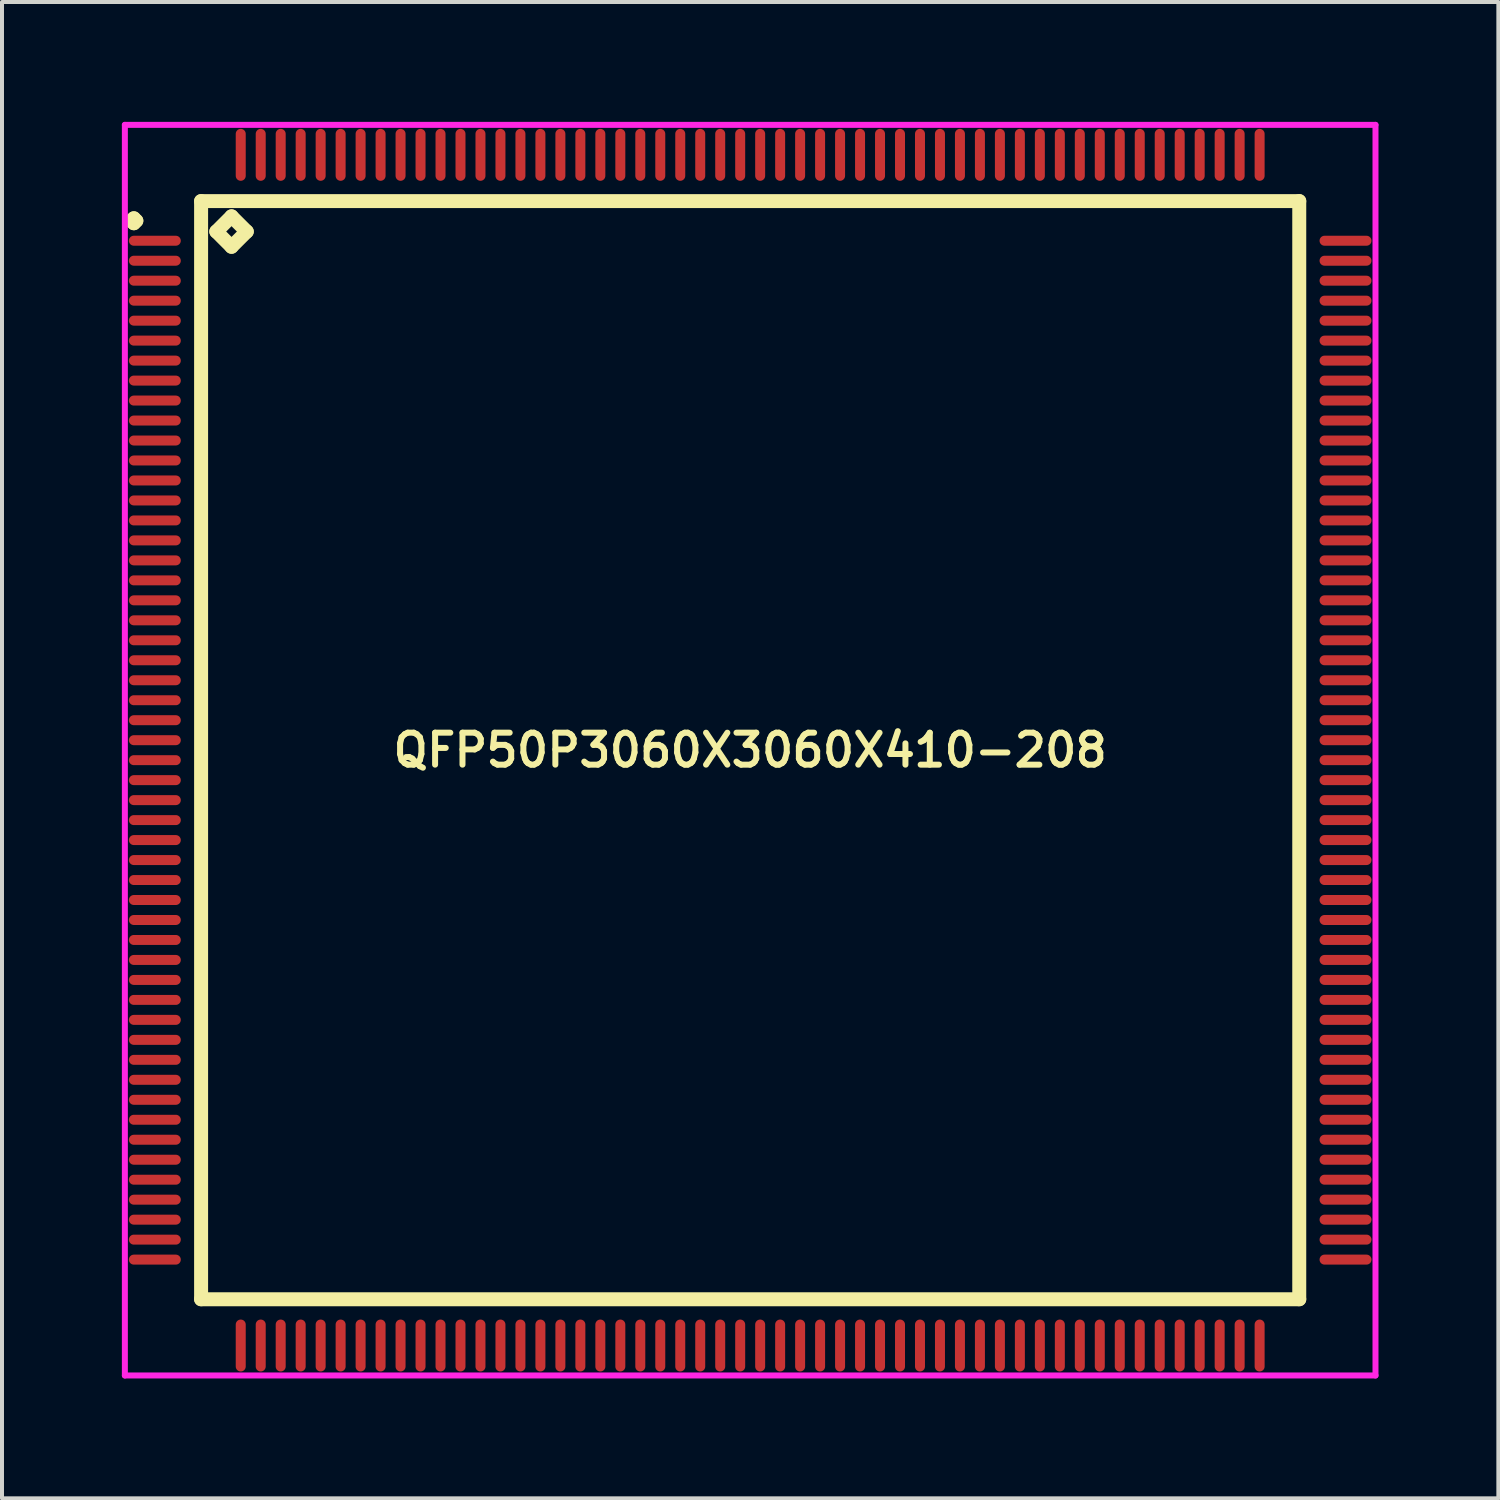
<source format=kicad_pcb>
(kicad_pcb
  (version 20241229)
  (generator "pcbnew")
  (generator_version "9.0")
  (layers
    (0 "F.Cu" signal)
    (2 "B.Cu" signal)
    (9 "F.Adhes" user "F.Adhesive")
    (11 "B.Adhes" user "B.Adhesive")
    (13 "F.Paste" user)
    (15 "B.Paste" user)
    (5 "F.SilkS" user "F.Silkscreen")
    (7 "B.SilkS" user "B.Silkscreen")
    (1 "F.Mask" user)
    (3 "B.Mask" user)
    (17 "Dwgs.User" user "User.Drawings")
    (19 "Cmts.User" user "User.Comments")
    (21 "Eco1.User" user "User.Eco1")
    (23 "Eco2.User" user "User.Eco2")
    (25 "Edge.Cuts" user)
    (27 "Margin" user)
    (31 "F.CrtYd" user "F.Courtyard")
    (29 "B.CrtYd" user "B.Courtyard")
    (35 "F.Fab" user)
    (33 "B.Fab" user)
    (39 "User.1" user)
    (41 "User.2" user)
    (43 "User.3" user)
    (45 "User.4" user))
  (footprint "QFP50P3060X3060X410-208"
    (layer "F.Cu")
    (at 15.725 15.725)
    (property "Reference" "QFP50P3060X3060X410-208" (at 0 0 0) (layer "F.SilkS") (effects (font (size 0.8 0.8) (thickness 0.15))))
    (attr through_hole)
    (fp_line (start -15.488 -13.25) (end -15.425 -13.312) (stroke (width 0.35) (type solid)) (layer "F.SilkS"))
    (fp_line (start -15.425 -13.312) (end -15.363 -13.25) (stroke (width 0.35) (type solid)) (layer "F.SilkS"))
    (fp_line (start -15.425 -13.188) (end -15.488 -13.25) (stroke (width 0.35) (type solid)) (layer "F.SilkS"))
    (fp_line (start -15.363 -13.25) (end -15.425 -13.188) (stroke (width 0.35) (type solid)) (layer "F.SilkS"))
    (fp_line (start -13.742 -13.742) (end -13.742 13.742) (stroke (width 0.35) (type solid)) (layer "F.SilkS"))
    (fp_line (start -13.742 13.742) (end 13.742 13.742) (stroke (width 0.35) (type solid)) (layer "F.SilkS"))
    (fp_line (start -13.361 -12.98) (end -12.98 -13.361) (stroke (width 0.35) (type solid)) (layer "F.SilkS"))
    (fp_line (start -12.98 -13.361) (end -12.599 -12.98) (stroke (width 0.35) (type solid)) (layer "F.SilkS"))
    (fp_line (start -12.98 -12.599) (end -13.361 -12.98) (stroke (width 0.35) (type solid)) (layer "F.SilkS"))
    (fp_line (start -12.599 -12.98) (end -12.98 -12.599) (stroke (width 0.35) (type solid)) (layer "F.SilkS"))
    (fp_line (start 13.742 -13.742) (end -13.742 -13.742) (stroke (width 0.35) (type solid)) (layer "F.SilkS"))
    (fp_line (start 13.742 13.742) (end 13.742 -13.742) (stroke (width 0.35) (type solid)) (layer "F.SilkS"))
    (fp_line (start -15.65 -15.65) (end 15.65 -15.65) (stroke (width 0.15) (type solid)) (layer "F.CrtYd"))
    (fp_line (start -15.65 15.65) (end -15.65 -15.65) (stroke (width 0.15) (type solid)) (layer "F.CrtYd"))
    (fp_line (start 15.65 -15.65) (end 15.65 15.65) (stroke (width 0.15) (type solid)) (layer "F.CrtYd"))
    (fp_line (start 15.65 15.65) (end -15.65 15.65) (stroke (width 0.15) (type solid)) (layer "F.CrtYd"))
    (pad "1" smd oval (at -14.9 -12.75) (size 1.3 0.25) (layers "F.Cu" "F.Mask" "F.Paste"))
    (pad "2" smd oval (at -14.9 -12.25) (size 1.3 0.25) (layers "F.Cu" "F.Mask" "F.Paste"))
    (pad "3" smd oval (at -14.9 -11.75) (size 1.3 0.25) (layers "F.Cu" "F.Mask" "F.Paste"))
    (pad "4" smd oval (at -14.9 -11.25) (size 1.3 0.25) (layers "F.Cu" "F.Mask" "F.Paste"))
    (pad "5" smd oval (at -14.9 -10.75) (size 1.3 0.25) (layers "F.Cu" "F.Mask" "F.Paste"))
    (pad "6" smd oval (at -14.9 -10.25) (size 1.3 0.25) (layers "F.Cu" "F.Mask" "F.Paste"))
    (pad "7" smd oval (at -14.9 -9.75) (size 1.3 0.25) (layers "F.Cu" "F.Mask" "F.Paste"))
    (pad "8" smd oval (at -14.9 -9.25) (size 1.3 0.25) (layers "F.Cu" "F.Mask" "F.Paste"))
    (pad "9" smd oval (at -14.9 -8.75) (size 1.3 0.25) (layers "F.Cu" "F.Mask" "F.Paste"))
    (pad "10" smd oval (at -14.9 -8.25) (size 1.3 0.25) (layers "F.Cu" "F.Mask" "F.Paste"))
    (pad "11" smd oval (at -14.9 -7.75) (size 1.3 0.25) (layers "F.Cu" "F.Mask" "F.Paste"))
    (pad "12" smd oval (at -14.9 -7.25) (size 1.3 0.25) (layers "F.Cu" "F.Mask" "F.Paste"))
    (pad "13" smd oval (at -14.9 -6.75) (size 1.3 0.25) (layers "F.Cu" "F.Mask" "F.Paste"))
    (pad "14" smd oval (at -14.9 -6.25) (size 1.3 0.25) (layers "F.Cu" "F.Mask" "F.Paste"))
    (pad "15" smd oval (at -14.9 -5.75) (size 1.3 0.25) (layers "F.Cu" "F.Mask" "F.Paste"))
    (pad "16" smd oval (at -14.9 -5.25) (size 1.3 0.25) (layers "F.Cu" "F.Mask" "F.Paste"))
    (pad "17" smd oval (at -14.9 -4.75) (size 1.3 0.25) (layers "F.Cu" "F.Mask" "F.Paste"))
    (pad "18" smd oval (at -14.9 -4.25) (size 1.3 0.25) (layers "F.Cu" "F.Mask" "F.Paste"))
    (pad "19" smd oval (at -14.9 -3.75) (size 1.3 0.25) (layers "F.Cu" "F.Mask" "F.Paste"))
    (pad "20" smd oval (at -14.9 -3.25) (size 1.3 0.25) (layers "F.Cu" "F.Mask" "F.Paste"))
    (pad "21" smd oval (at -14.9 -2.75) (size 1.3 0.25) (layers "F.Cu" "F.Mask" "F.Paste"))
    (pad "22" smd oval (at -14.9 -2.25) (size 1.3 0.25) (layers "F.Cu" "F.Mask" "F.Paste"))
    (pad "23" smd oval (at -14.9 -1.75) (size 1.3 0.25) (layers "F.Cu" "F.Mask" "F.Paste"))
    (pad "24" smd oval (at -14.9 -1.25) (size 1.3 0.25) (layers "F.Cu" "F.Mask" "F.Paste"))
    (pad "25" smd oval (at -14.9 -0.75) (size 1.3 0.25) (layers "F.Cu" "F.Mask" "F.Paste"))
    (pad "26" smd oval (at -14.9 -0.25) (size 1.3 0.25) (layers "F.Cu" "F.Mask" "F.Paste"))
    (pad "27" smd oval (at -14.9 0.25) (size 1.3 0.25) (layers "F.Cu" "F.Mask" "F.Paste"))
    (pad "28" smd oval (at -14.9 0.75) (size 1.3 0.25) (layers "F.Cu" "F.Mask" "F.Paste"))
    (pad "29" smd oval (at -14.9 1.25) (size 1.3 0.25) (layers "F.Cu" "F.Mask" "F.Paste"))
    (pad "30" smd oval (at -14.9 1.75) (size 1.3 0.25) (layers "F.Cu" "F.Mask" "F.Paste"))
    (pad "31" smd oval (at -14.9 2.25) (size 1.3 0.25) (layers "F.Cu" "F.Mask" "F.Paste"))
    (pad "32" smd oval (at -14.9 2.75) (size 1.3 0.25) (layers "F.Cu" "F.Mask" "F.Paste"))
    (pad "33" smd oval (at -14.9 3.25) (size 1.3 0.25) (layers "F.Cu" "F.Mask" "F.Paste"))
    (pad "34" smd oval (at -14.9 3.75) (size 1.3 0.25) (layers "F.Cu" "F.Mask" "F.Paste"))
    (pad "35" smd oval (at -14.9 4.25) (size 1.3 0.25) (layers "F.Cu" "F.Mask" "F.Paste"))
    (pad "36" smd oval (at -14.9 4.75) (size 1.3 0.25) (layers "F.Cu" "F.Mask" "F.Paste"))
    (pad "37" smd oval (at -14.9 5.25) (size 1.3 0.25) (layers "F.Cu" "F.Mask" "F.Paste"))
    (pad "38" smd oval (at -14.9 5.75) (size 1.3 0.25) (layers "F.Cu" "F.Mask" "F.Paste"))
    (pad "39" smd oval (at -14.9 6.25) (size 1.3 0.25) (layers "F.Cu" "F.Mask" "F.Paste"))
    (pad "40" smd oval (at -14.9 6.75) (size 1.3 0.25) (layers "F.Cu" "F.Mask" "F.Paste"))
    (pad "41" smd oval (at -14.9 7.25) (size 1.3 0.25) (layers "F.Cu" "F.Mask" "F.Paste"))
    (pad "42" smd oval (at -14.9 7.75) (size 1.3 0.25) (layers "F.Cu" "F.Mask" "F.Paste"))
    (pad "43" smd oval (at -14.9 8.25) (size 1.3 0.25) (layers "F.Cu" "F.Mask" "F.Paste"))
    (pad "44" smd oval (at -14.9 8.75) (size 1.3 0.25) (layers "F.Cu" "F.Mask" "F.Paste"))
    (pad "45" smd oval (at -14.9 9.25) (size 1.3 0.25) (layers "F.Cu" "F.Mask" "F.Paste"))
    (pad "46" smd oval (at -14.9 9.75) (size 1.3 0.25) (layers "F.Cu" "F.Mask" "F.Paste"))
    (pad "47" smd oval (at -14.9 10.25) (size 1.3 0.25) (layers "F.Cu" "F.Mask" "F.Paste"))
    (pad "48" smd oval (at -14.9 10.75) (size 1.3 0.25) (layers "F.Cu" "F.Mask" "F.Paste"))
    (pad "49" smd oval (at -14.9 11.25) (size 1.3 0.25) (layers "F.Cu" "F.Mask" "F.Paste"))
    (pad "50" smd oval (at -14.9 11.75) (size 1.3 0.25) (layers "F.Cu" "F.Mask" "F.Paste"))
    (pad "51" smd oval (at -14.9 12.25) (size 1.3 0.25) (layers "F.Cu" "F.Mask" "F.Paste"))
    (pad "52" smd oval (at -14.9 12.75) (size 1.3 0.25) (layers "F.Cu" "F.Mask" "F.Paste"))
    (pad "53" smd oval (at -12.75 14.9) (size 0.25 1.3) (layers "F.Cu" "F.Mask" "F.Paste"))
    (pad "54" smd oval (at -12.25 14.9) (size 0.25 1.3) (layers "F.Cu" "F.Mask" "F.Paste"))
    (pad "55" smd oval (at -11.75 14.9) (size 0.25 1.3) (layers "F.Cu" "F.Mask" "F.Paste"))
    (pad "56" smd oval (at -11.25 14.9) (size 0.25 1.3) (layers "F.Cu" "F.Mask" "F.Paste"))
    (pad "57" smd oval (at -10.75 14.9) (size 0.25 1.3) (layers "F.Cu" "F.Mask" "F.Paste"))
    (pad "58" smd oval (at -10.25 14.9) (size 0.25 1.3) (layers "F.Cu" "F.Mask" "F.Paste"))
    (pad "59" smd oval (at -9.75 14.9) (size 0.25 1.3) (layers "F.Cu" "F.Mask" "F.Paste"))
    (pad "60" smd oval (at -9.25 14.9) (size 0.25 1.3) (layers "F.Cu" "F.Mask" "F.Paste"))
    (pad "61" smd oval (at -8.75 14.9) (size 0.25 1.3) (layers "F.Cu" "F.Mask" "F.Paste"))
    (pad "62" smd oval (at -8.25 14.9) (size 0.25 1.3) (layers "F.Cu" "F.Mask" "F.Paste"))
    (pad "63" smd oval (at -7.75 14.9) (size 0.25 1.3) (layers "F.Cu" "F.Mask" "F.Paste"))
    (pad "64" smd oval (at -7.25 14.9) (size 0.25 1.3) (layers "F.Cu" "F.Mask" "F.Paste"))
    (pad "65" smd oval (at -6.75 14.9) (size 0.25 1.3) (layers "F.Cu" "F.Mask" "F.Paste"))
    (pad "66" smd oval (at -6.25 14.9) (size 0.25 1.3) (layers "F.Cu" "F.Mask" "F.Paste"))
    (pad "67" smd oval (at -5.75 14.9) (size 0.25 1.3) (layers "F.Cu" "F.Mask" "F.Paste"))
    (pad "68" smd oval (at -5.25 14.9) (size 0.25 1.3) (layers "F.Cu" "F.Mask" "F.Paste"))
    (pad "69" smd oval (at -4.75 14.9) (size 0.25 1.3) (layers "F.Cu" "F.Mask" "F.Paste"))
    (pad "70" smd oval (at -4.25 14.9) (size 0.25 1.3) (layers "F.Cu" "F.Mask" "F.Paste"))
    (pad "71" smd oval (at -3.75 14.9) (size 0.25 1.3) (layers "F.Cu" "F.Mask" "F.Paste"))
    (pad "72" smd oval (at -3.25 14.9) (size 0.25 1.3) (layers "F.Cu" "F.Mask" "F.Paste"))
    (pad "73" smd oval (at -2.75 14.9) (size 0.25 1.3) (layers "F.Cu" "F.Mask" "F.Paste"))
    (pad "74" smd oval (at -2.25 14.9) (size 0.25 1.3) (layers "F.Cu" "F.Mask" "F.Paste"))
    (pad "75" smd oval (at -1.75 14.9) (size 0.25 1.3) (layers "F.Cu" "F.Mask" "F.Paste"))
    (pad "76" smd oval (at -1.25 14.9) (size 0.25 1.3) (layers "F.Cu" "F.Mask" "F.Paste"))
    (pad "77" smd oval (at -0.75 14.9) (size 0.25 1.3) (layers "F.Cu" "F.Mask" "F.Paste"))
    (pad "78" smd oval (at -0.25 14.9) (size 0.25 1.3) (layers "F.Cu" "F.Mask" "F.Paste"))
    (pad "79" smd oval (at 0.25 14.9) (size 0.25 1.3) (layers "F.Cu" "F.Mask" "F.Paste"))
    (pad "80" smd oval (at 0.75 14.9) (size 0.25 1.3) (layers "F.Cu" "F.Mask" "F.Paste"))
    (pad "81" smd oval (at 1.25 14.9) (size 0.25 1.3) (layers "F.Cu" "F.Mask" "F.Paste"))
    (pad "82" smd oval (at 1.75 14.9) (size 0.25 1.3) (layers "F.Cu" "F.Mask" "F.Paste"))
    (pad "83" smd oval (at 2.25 14.9) (size 0.25 1.3) (layers "F.Cu" "F.Mask" "F.Paste"))
    (pad "84" smd oval (at 2.75 14.9) (size 0.25 1.3) (layers "F.Cu" "F.Mask" "F.Paste"))
    (pad "85" smd oval (at 3.25 14.9) (size 0.25 1.3) (layers "F.Cu" "F.Mask" "F.Paste"))
    (pad "86" smd oval (at 3.75 14.9) (size 0.25 1.3) (layers "F.Cu" "F.Mask" "F.Paste"))
    (pad "87" smd oval (at 4.25 14.9) (size 0.25 1.3) (layers "F.Cu" "F.Mask" "F.Paste"))
    (pad "88" smd oval (at 4.75 14.9) (size 0.25 1.3) (layers "F.Cu" "F.Mask" "F.Paste"))
    (pad "89" smd oval (at 5.25 14.9) (size 0.25 1.3) (layers "F.Cu" "F.Mask" "F.Paste"))
    (pad "90" smd oval (at 5.75 14.9) (size 0.25 1.3) (layers "F.Cu" "F.Mask" "F.Paste"))
    (pad "91" smd oval (at 6.25 14.9) (size 0.25 1.3) (layers "F.Cu" "F.Mask" "F.Paste"))
    (pad "92" smd oval (at 6.75 14.9) (size 0.25 1.3) (layers "F.Cu" "F.Mask" "F.Paste"))
    (pad "93" smd oval (at 7.25 14.9) (size 0.25 1.3) (layers "F.Cu" "F.Mask" "F.Paste"))
    (pad "94" smd oval (at 7.75 14.9) (size 0.25 1.3) (layers "F.Cu" "F.Mask" "F.Paste"))
    (pad "95" smd oval (at 8.25 14.9) (size 0.25 1.3) (layers "F.Cu" "F.Mask" "F.Paste"))
    (pad "96" smd oval (at 8.75 14.9) (size 0.25 1.3) (layers "F.Cu" "F.Mask" "F.Paste"))
    (pad "97" smd oval (at 9.25 14.9) (size 0.25 1.3) (layers "F.Cu" "F.Mask" "F.Paste"))
    (pad "98" smd oval (at 9.75 14.9) (size 0.25 1.3) (layers "F.Cu" "F.Mask" "F.Paste"))
    (pad "99" smd oval (at 10.25 14.9) (size 0.25 1.3) (layers "F.Cu" "F.Mask" "F.Paste"))
    (pad "100" smd oval (at 10.75 14.9) (size 0.25 1.3) (layers "F.Cu" "F.Mask" "F.Paste"))
    (pad "101" smd oval (at 11.25 14.9) (size 0.25 1.3) (layers "F.Cu" "F.Mask" "F.Paste"))
    (pad "102" smd oval (at 11.75 14.9) (size 0.25 1.3) (layers "F.Cu" "F.Mask" "F.Paste"))
    (pad "103" smd oval (at 12.25 14.9) (size 0.25 1.3) (layers "F.Cu" "F.Mask" "F.Paste"))
    (pad "104" smd oval (at 12.75 14.9) (size 0.25 1.3) (layers "F.Cu" "F.Mask" "F.Paste"))
    (pad "105" smd oval (at 14.9 12.75) (size 1.3 0.25) (layers "F.Cu" "F.Mask" "F.Paste"))
    (pad "106" smd oval (at 14.9 12.25) (size 1.3 0.25) (layers "F.Cu" "F.Mask" "F.Paste"))
    (pad "107" smd oval (at 14.9 11.75) (size 1.3 0.25) (layers "F.Cu" "F.Mask" "F.Paste"))
    (pad "108" smd oval (at 14.9 11.25) (size 1.3 0.25) (layers "F.Cu" "F.Mask" "F.Paste"))
    (pad "109" smd oval (at 14.9 10.75) (size 1.3 0.25) (layers "F.Cu" "F.Mask" "F.Paste"))
    (pad "110" smd oval (at 14.9 10.25) (size 1.3 0.25) (layers "F.Cu" "F.Mask" "F.Paste"))
    (pad "111" smd oval (at 14.9 9.75) (size 1.3 0.25) (layers "F.Cu" "F.Mask" "F.Paste"))
    (pad "112" smd oval (at 14.9 9.25) (size 1.3 0.25) (layers "F.Cu" "F.Mask" "F.Paste"))
    (pad "113" smd oval (at 14.9 8.75) (size 1.3 0.25) (layers "F.Cu" "F.Mask" "F.Paste"))
    (pad "114" smd oval (at 14.9 8.25) (size 1.3 0.25) (layers "F.Cu" "F.Mask" "F.Paste"))
    (pad "115" smd oval (at 14.9 7.75) (size 1.3 0.25) (layers "F.Cu" "F.Mask" "F.Paste"))
    (pad "116" smd oval (at 14.9 7.25) (size 1.3 0.25) (layers "F.Cu" "F.Mask" "F.Paste"))
    (pad "117" smd oval (at 14.9 6.75) (size 1.3 0.25) (layers "F.Cu" "F.Mask" "F.Paste"))
    (pad "118" smd oval (at 14.9 6.25) (size 1.3 0.25) (layers "F.Cu" "F.Mask" "F.Paste"))
    (pad "119" smd oval (at 14.9 5.75) (size 1.3 0.25) (layers "F.Cu" "F.Mask" "F.Paste"))
    (pad "120" smd oval (at 14.9 5.25) (size 1.3 0.25) (layers "F.Cu" "F.Mask" "F.Paste"))
    (pad "121" smd oval (at 14.9 4.75) (size 1.3 0.25) (layers "F.Cu" "F.Mask" "F.Paste"))
    (pad "122" smd oval (at 14.9 4.25) (size 1.3 0.25) (layers "F.Cu" "F.Mask" "F.Paste"))
    (pad "123" smd oval (at 14.9 3.75) (size 1.3 0.25) (layers "F.Cu" "F.Mask" "F.Paste"))
    (pad "124" smd oval (at 14.9 3.25) (size 1.3 0.25) (layers "F.Cu" "F.Mask" "F.Paste"))
    (pad "125" smd oval (at 14.9 2.75) (size 1.3 0.25) (layers "F.Cu" "F.Mask" "F.Paste"))
    (pad "126" smd oval (at 14.9 2.25) (size 1.3 0.25) (layers "F.Cu" "F.Mask" "F.Paste"))
    (pad "127" smd oval (at 14.9 1.75) (size 1.3 0.25) (layers "F.Cu" "F.Mask" "F.Paste"))
    (pad "128" smd oval (at 14.9 1.25) (size 1.3 0.25) (layers "F.Cu" "F.Mask" "F.Paste"))
    (pad "129" smd oval (at 14.9 0.75) (size 1.3 0.25) (layers "F.Cu" "F.Mask" "F.Paste"))
    (pad "130" smd oval (at 14.9 0.25) (size 1.3 0.25) (layers "F.Cu" "F.Mask" "F.Paste"))
    (pad "131" smd oval (at 14.9 -0.25) (size 1.3 0.25) (layers "F.Cu" "F.Mask" "F.Paste"))
    (pad "132" smd oval (at 14.9 -0.75) (size 1.3 0.25) (layers "F.Cu" "F.Mask" "F.Paste"))
    (pad "133" smd oval (at 14.9 -1.25) (size 1.3 0.25) (layers "F.Cu" "F.Mask" "F.Paste"))
    (pad "134" smd oval (at 14.9 -1.75) (size 1.3 0.25) (layers "F.Cu" "F.Mask" "F.Paste"))
    (pad "135" smd oval (at 14.9 -2.25) (size 1.3 0.25) (layers "F.Cu" "F.Mask" "F.Paste"))
    (pad "136" smd oval (at 14.9 -2.75) (size 1.3 0.25) (layers "F.Cu" "F.Mask" "F.Paste"))
    (pad "137" smd oval (at 14.9 -3.25) (size 1.3 0.25) (layers "F.Cu" "F.Mask" "F.Paste"))
    (pad "138" smd oval (at 14.9 -3.75) (size 1.3 0.25) (layers "F.Cu" "F.Mask" "F.Paste"))
    (pad "139" smd oval (at 14.9 -4.25) (size 1.3 0.25) (layers "F.Cu" "F.Mask" "F.Paste"))
    (pad "140" smd oval (at 14.9 -4.75) (size 1.3 0.25) (layers "F.Cu" "F.Mask" "F.Paste"))
    (pad "141" smd oval (at 14.9 -5.25) (size 1.3 0.25) (layers "F.Cu" "F.Mask" "F.Paste"))
    (pad "142" smd oval (at 14.9 -5.75) (size 1.3 0.25) (layers "F.Cu" "F.Mask" "F.Paste"))
    (pad "143" smd oval (at 14.9 -6.25) (size 1.3 0.25) (layers "F.Cu" "F.Mask" "F.Paste"))
    (pad "144" smd oval (at 14.9 -6.75) (size 1.3 0.25) (layers "F.Cu" "F.Mask" "F.Paste"))
    (pad "145" smd oval (at 14.9 -7.25) (size 1.3 0.25) (layers "F.Cu" "F.Mask" "F.Paste"))
    (pad "146" smd oval (at 14.9 -7.75) (size 1.3 0.25) (layers "F.Cu" "F.Mask" "F.Paste"))
    (pad "147" smd oval (at 14.9 -8.25) (size 1.3 0.25) (layers "F.Cu" "F.Mask" "F.Paste"))
    (pad "148" smd oval (at 14.9 -8.75) (size 1.3 0.25) (layers "F.Cu" "F.Mask" "F.Paste"))
    (pad "149" smd oval (at 14.9 -9.25) (size 1.3 0.25) (layers "F.Cu" "F.Mask" "F.Paste"))
    (pad "150" smd oval (at 14.9 -9.75) (size 1.3 0.25) (layers "F.Cu" "F.Mask" "F.Paste"))
    (pad "151" smd oval (at 14.9 -10.25) (size 1.3 0.25) (layers "F.Cu" "F.Mask" "F.Paste"))
    (pad "152" smd oval (at 14.9 -10.75) (size 1.3 0.25) (layers "F.Cu" "F.Mask" "F.Paste"))
    (pad "153" smd oval (at 14.9 -11.25) (size 1.3 0.25) (layers "F.Cu" "F.Mask" "F.Paste"))
    (pad "154" smd oval (at 14.9 -11.75) (size 1.3 0.25) (layers "F.Cu" "F.Mask" "F.Paste"))
    (pad "155" smd oval (at 14.9 -12.25) (size 1.3 0.25) (layers "F.Cu" "F.Mask" "F.Paste"))
    (pad "156" smd oval (at 14.9 -12.75) (size 1.3 0.25) (layers "F.Cu" "F.Mask" "F.Paste"))
    (pad "157" smd oval (at 12.75 -14.9) (size 0.25 1.3) (layers "F.Cu" "F.Mask" "F.Paste"))
    (pad "158" smd oval (at 12.25 -14.9) (size 0.25 1.3) (layers "F.Cu" "F.Mask" "F.Paste"))
    (pad "159" smd oval (at 11.75 -14.9) (size 0.25 1.3) (layers "F.Cu" "F.Mask" "F.Paste"))
    (pad "160" smd oval (at 11.25 -14.9) (size 0.25 1.3) (layers "F.Cu" "F.Mask" "F.Paste"))
    (pad "161" smd oval (at 10.75 -14.9) (size 0.25 1.3) (layers "F.Cu" "F.Mask" "F.Paste"))
    (pad "162" smd oval (at 10.25 -14.9) (size 0.25 1.3) (layers "F.Cu" "F.Mask" "F.Paste"))
    (pad "163" smd oval (at 9.75 -14.9) (size 0.25 1.3) (layers "F.Cu" "F.Mask" "F.Paste"))
    (pad "164" smd oval (at 9.25 -14.9) (size 0.25 1.3) (layers "F.Cu" "F.Mask" "F.Paste"))
    (pad "165" smd oval (at 8.75 -14.9) (size 0.25 1.3) (layers "F.Cu" "F.Mask" "F.Paste"))
    (pad "166" smd oval (at 8.25 -14.9) (size 0.25 1.3) (layers "F.Cu" "F.Mask" "F.Paste"))
    (pad "167" smd oval (at 7.75 -14.9) (size 0.25 1.3) (layers "F.Cu" "F.Mask" "F.Paste"))
    (pad "168" smd oval (at 7.25 -14.9) (size 0.25 1.3) (layers "F.Cu" "F.Mask" "F.Paste"))
    (pad "169" smd oval (at 6.75 -14.9) (size 0.25 1.3) (layers "F.Cu" "F.Mask" "F.Paste"))
    (pad "170" smd oval (at 6.25 -14.9) (size 0.25 1.3) (layers "F.Cu" "F.Mask" "F.Paste"))
    (pad "171" smd oval (at 5.75 -14.9) (size 0.25 1.3) (layers "F.Cu" "F.Mask" "F.Paste"))
    (pad "172" smd oval (at 5.25 -14.9) (size 0.25 1.3) (layers "F.Cu" "F.Mask" "F.Paste"))
    (pad "173" smd oval (at 4.75 -14.9) (size 0.25 1.3) (layers "F.Cu" "F.Mask" "F.Paste"))
    (pad "174" smd oval (at 4.25 -14.9) (size 0.25 1.3) (layers "F.Cu" "F.Mask" "F.Paste"))
    (pad "175" smd oval (at 3.75 -14.9) (size 0.25 1.3) (layers "F.Cu" "F.Mask" "F.Paste"))
    (pad "176" smd oval (at 3.25 -14.9) (size 0.25 1.3) (layers "F.Cu" "F.Mask" "F.Paste"))
    (pad "177" smd oval (at 2.75 -14.9) (size 0.25 1.3) (layers "F.Cu" "F.Mask" "F.Paste"))
    (pad "178" smd oval (at 2.25 -14.9) (size 0.25 1.3) (layers "F.Cu" "F.Mask" "F.Paste"))
    (pad "179" smd oval (at 1.75 -14.9) (size 0.25 1.3) (layers "F.Cu" "F.Mask" "F.Paste"))
    (pad "180" smd oval (at 1.25 -14.9) (size 0.25 1.3) (layers "F.Cu" "F.Mask" "F.Paste"))
    (pad "181" smd oval (at 0.75 -14.9) (size 0.25 1.3) (layers "F.Cu" "F.Mask" "F.Paste"))
    (pad "182" smd oval (at 0.25 -14.9) (size 0.25 1.3) (layers "F.Cu" "F.Mask" "F.Paste"))
    (pad "183" smd oval (at -0.25 -14.9) (size 0.25 1.3) (layers "F.Cu" "F.Mask" "F.Paste"))
    (pad "184" smd oval (at -0.75 -14.9) (size 0.25 1.3) (layers "F.Cu" "F.Mask" "F.Paste"))
    (pad "185" smd oval (at -1.25 -14.9) (size 0.25 1.3) (layers "F.Cu" "F.Mask" "F.Paste"))
    (pad "186" smd oval (at -1.75 -14.9) (size 0.25 1.3) (layers "F.Cu" "F.Mask" "F.Paste"))
    (pad "187" smd oval (at -2.25 -14.9) (size 0.25 1.3) (layers "F.Cu" "F.Mask" "F.Paste"))
    (pad "188" smd oval (at -2.75 -14.9) (size 0.25 1.3) (layers "F.Cu" "F.Mask" "F.Paste"))
    (pad "189" smd oval (at -3.25 -14.9) (size 0.25 1.3) (layers "F.Cu" "F.Mask" "F.Paste"))
    (pad "190" smd oval (at -3.75 -14.9) (size 0.25 1.3) (layers "F.Cu" "F.Mask" "F.Paste"))
    (pad "191" smd oval (at -4.25 -14.9) (size 0.25 1.3) (layers "F.Cu" "F.Mask" "F.Paste"))
    (pad "192" smd oval (at -4.75 -14.9) (size 0.25 1.3) (layers "F.Cu" "F.Mask" "F.Paste"))
    (pad "193" smd oval (at -5.25 -14.9) (size 0.25 1.3) (layers "F.Cu" "F.Mask" "F.Paste"))
    (pad "194" smd oval (at -5.75 -14.9) (size 0.25 1.3) (layers "F.Cu" "F.Mask" "F.Paste"))
    (pad "195" smd oval (at -6.25 -14.9) (size 0.25 1.3) (layers "F.Cu" "F.Mask" "F.Paste"))
    (pad "196" smd oval (at -6.75 -14.9) (size 0.25 1.3) (layers "F.Cu" "F.Mask" "F.Paste"))
    (pad "197" smd oval (at -7.25 -14.9) (size 0.25 1.3) (layers "F.Cu" "F.Mask" "F.Paste"))
    (pad "198" smd oval (at -7.75 -14.9) (size 0.25 1.3) (layers "F.Cu" "F.Mask" "F.Paste"))
    (pad "199" smd oval (at -8.25 -14.9) (size 0.25 1.3) (layers "F.Cu" "F.Mask" "F.Paste"))
    (pad "200" smd oval (at -8.75 -14.9) (size 0.25 1.3) (layers "F.Cu" "F.Mask" "F.Paste"))
    (pad "201" smd oval (at -9.25 -14.9) (size 0.25 1.3) (layers "F.Cu" "F.Mask" "F.Paste"))
    (pad "202" smd oval (at -9.75 -14.9) (size 0.25 1.3) (layers "F.Cu" "F.Mask" "F.Paste"))
    (pad "203" smd oval (at -10.25 -14.9) (size 0.25 1.3) (layers "F.Cu" "F.Mask" "F.Paste"))
    (pad "204" smd oval (at -10.75 -14.9) (size 0.25 1.3) (layers "F.Cu" "F.Mask" "F.Paste"))
    (pad "205" smd oval (at -11.25 -14.9) (size 0.25 1.3) (layers "F.Cu" "F.Mask" "F.Paste"))
    (pad "206" smd oval (at -11.75 -14.9) (size 0.25 1.3) (layers "F.Cu" "F.Mask" "F.Paste"))
    (pad "207" smd oval (at -12.25 -14.9) (size 0.25 1.3) (layers "F.Cu" "F.Mask" "F.Paste"))
    (pad "208" smd oval (at -12.75 -14.9) (size 0.25 1.3) (layers "F.Cu" "F.Mask" "F.Paste")))
  (gr_rect
    (start -3 -3)
    (end 34.45 34.45)
    (stroke (width 0.1) (type default))
    (fill no)
    (layer "Edge.Cuts")))
</source>
